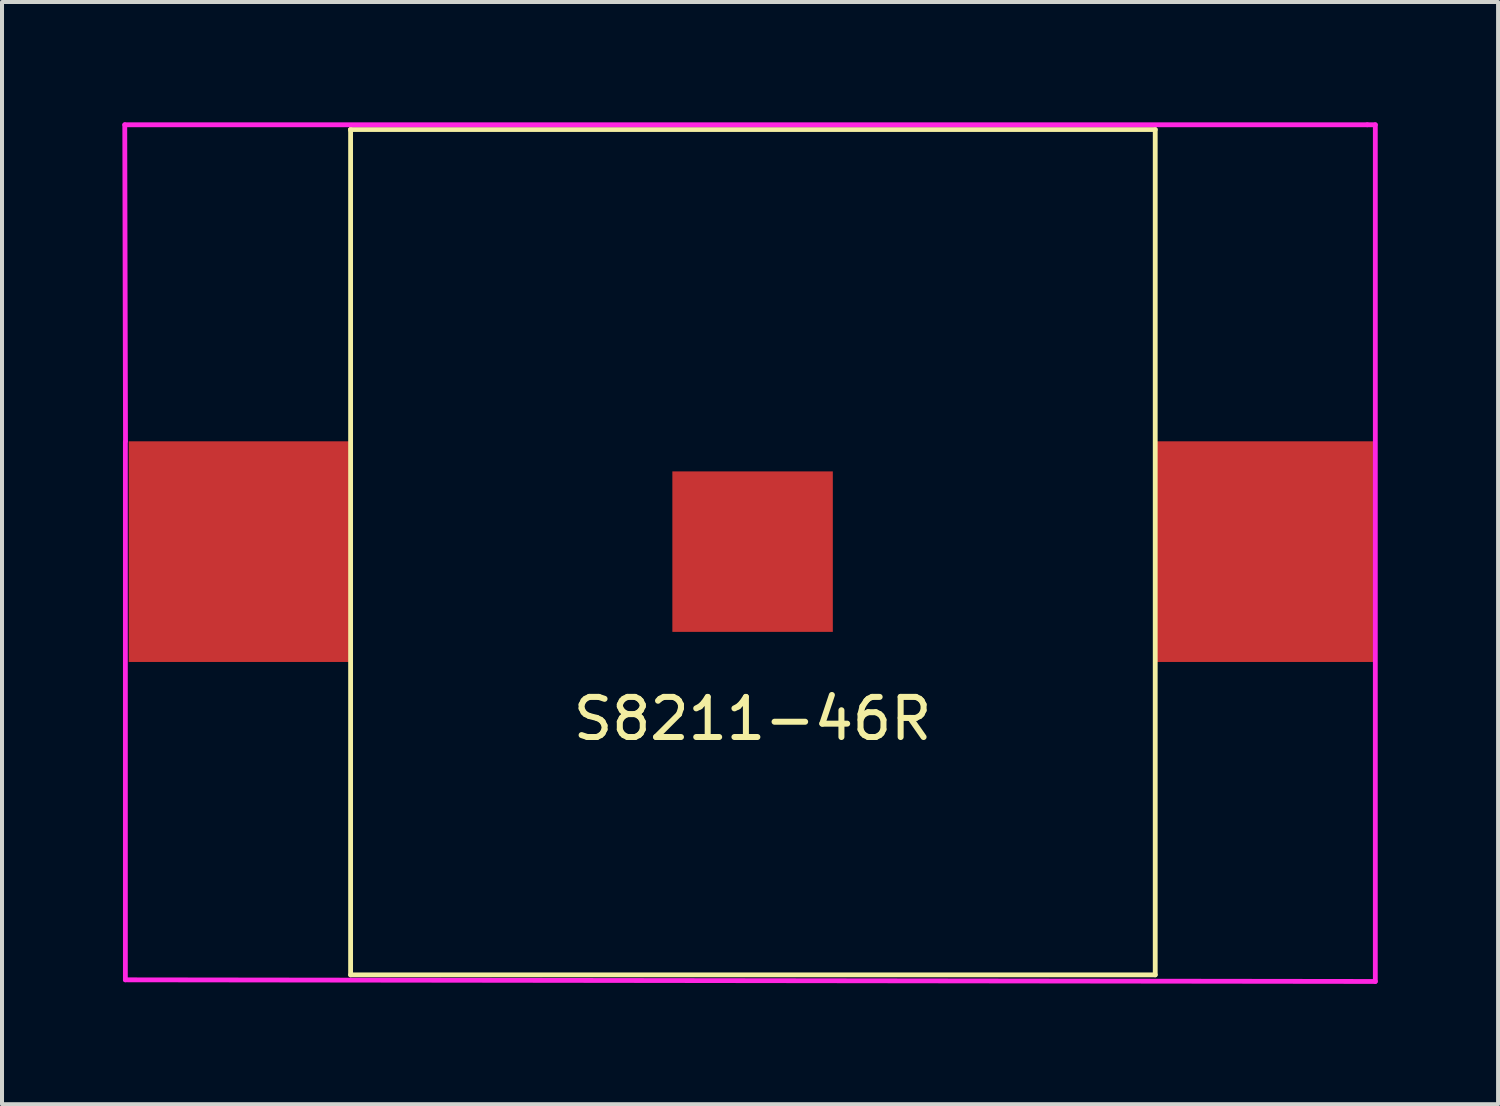
<source format=kicad_pcb>
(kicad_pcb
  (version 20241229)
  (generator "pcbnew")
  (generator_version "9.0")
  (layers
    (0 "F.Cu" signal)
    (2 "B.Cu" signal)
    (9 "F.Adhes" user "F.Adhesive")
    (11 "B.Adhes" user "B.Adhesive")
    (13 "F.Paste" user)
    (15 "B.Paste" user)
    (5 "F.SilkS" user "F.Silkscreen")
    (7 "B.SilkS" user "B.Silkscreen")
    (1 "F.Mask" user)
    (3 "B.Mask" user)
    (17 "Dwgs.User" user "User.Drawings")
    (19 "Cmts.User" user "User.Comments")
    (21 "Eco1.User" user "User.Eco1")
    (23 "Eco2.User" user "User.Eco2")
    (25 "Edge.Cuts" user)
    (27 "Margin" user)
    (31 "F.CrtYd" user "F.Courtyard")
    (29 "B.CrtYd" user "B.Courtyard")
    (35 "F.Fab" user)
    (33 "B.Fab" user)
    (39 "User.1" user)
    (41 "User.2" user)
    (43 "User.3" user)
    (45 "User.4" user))
  (footprint "S8211-46R"
    (layer "F.Cu")
    (at 15.709 10.7)
    (property "Reference" "S8211-46R" (at 0 4.166 0) (layer "F.SilkS") (effects (font (size 1 1) (thickness 0.15))))
    (attr through_hole)
    (fp_line (start -10.02 -10.521) (end -10.013 -10.493) (stroke (width 0.12) (type solid)) (layer "F.SilkS"))
    (fp_line (start -10.02 -10.521) (end 10.036 -10.521) (stroke (width 0.12) (type solid)) (layer "F.SilkS"))
    (fp_line (start -10.02 10.549) (end -10.02 -10.521) (stroke (width 0.12) (type solid)) (layer "F.SilkS"))
    (fp_line (start 10.036 -10.521) (end 10.036 10.549) (stroke (width 0.12) (type solid)) (layer "F.SilkS"))
    (fp_line (start 10.036 10.549) (end -10.02 10.549) (stroke (width 0.12) (type solid)) (layer "F.SilkS"))
    (fp_line (start -15.649 -10.64) (end 15.321 -10.64) (stroke (width 0.12) (type solid)) (layer "F.CrtYd"))
    (fp_line (start -15.634 10.673) (end -15.634 -2.738) (stroke (width 0.12) (type solid)) (layer "F.CrtYd"))
    (fp_line (start -15.631 -2.758) (end -15.649 -10.64) (stroke (width 0.12) (type solid)) (layer "F.CrtYd"))
    (fp_line (start 15.321 -10.64) (end 15.522 -10.64) (stroke (width 0.12) (type solid)) (layer "F.CrtYd"))
    (fp_line (start 15.522 -10.64) (end 15.522 10.714) (stroke (width 0.12) (type solid)) (layer "F.CrtYd"))
    (fp_line (start 15.522 10.714) (end -15.634 10.673) (stroke (width 0.12) (type solid)) (layer "F.CrtYd"))
    (pad "1" smd rect (at -12.8 0) (size 5.5 5.5) (layers "F.Cu" "F.Mask" "F.Paste"))
    (pad "1" smd rect (at 12.8 0) (size 5.5 5.5) (layers "F.Cu" "F.Mask" "F.Paste"))
    (pad "2" smd rect (at 0 0) (size 4 4) (layers "F.Cu" "F.Mask" "F.Paste")))
  (gr_rect
    (start -3 -3)
    (end 34.291 24.474)
    (stroke (width 0.1) (type default))
    (fill no)
    (layer "Edge.Cuts")))
</source>
